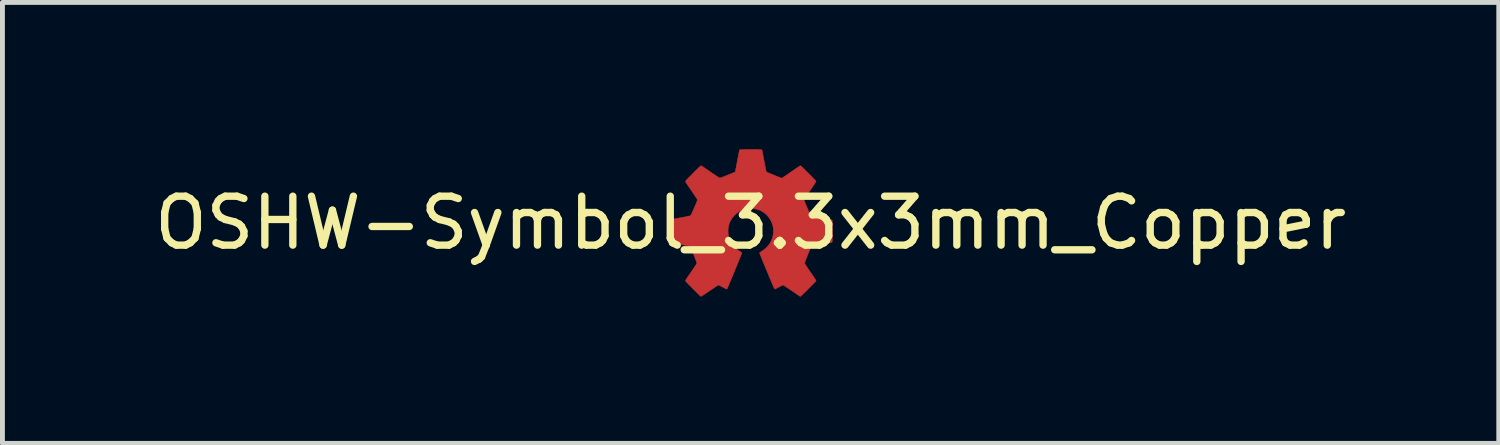
<source format=kicad_pcb>
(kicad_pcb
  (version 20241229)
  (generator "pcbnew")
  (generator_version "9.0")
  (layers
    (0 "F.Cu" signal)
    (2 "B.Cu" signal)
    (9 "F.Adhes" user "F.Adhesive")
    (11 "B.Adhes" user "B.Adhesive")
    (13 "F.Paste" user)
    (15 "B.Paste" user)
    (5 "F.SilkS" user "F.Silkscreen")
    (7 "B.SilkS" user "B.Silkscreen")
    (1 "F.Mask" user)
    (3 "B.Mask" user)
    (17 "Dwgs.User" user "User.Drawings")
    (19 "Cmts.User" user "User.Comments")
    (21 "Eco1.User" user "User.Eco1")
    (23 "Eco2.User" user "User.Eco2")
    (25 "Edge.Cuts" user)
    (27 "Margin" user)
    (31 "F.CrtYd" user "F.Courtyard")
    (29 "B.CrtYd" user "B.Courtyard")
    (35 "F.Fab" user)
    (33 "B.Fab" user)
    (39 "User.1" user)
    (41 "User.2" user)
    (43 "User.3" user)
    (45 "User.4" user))
  (footprint "OSHW-Symbol_3.3x3mm_Copper"
    (layer "F.Cu")
    (at 12.292 1.505)
    (property "Reference" "OSHW-Symbol_3.3x3mm_Copper" (at 0 0 0) (layer "F.SilkS") (effects (font (size 1 1) (thickness 0.15))))
    (attr exclude_from_pos_files exclude_from_bom)
    (fp_poly (pts (xy 0.026 -1.5) (xy 0.061 -1.499) (xy 0.094 -1.499) (xy 0.126 -1.499) (xy 0.154 -1.498) (xy 0.179 -1.498) (xy 0.2 -1.497) (xy 0.215 -1.496) (xy 0.224 -1.495) (xy 0.227 -1.494) (xy 0.228 -1.492) (xy 0.23 -1.487) (xy 0.233 -1.479) (xy 0.235 -1.468) (xy 0.239 -1.453) (xy 0.243 -1.433) (xy 0.248 -1.409) (xy 0.254 -1.379) (xy 0.261 -1.343) (xy 0.269 -1.3) (xy 0.274 -1.272) (xy 0.281 -1.233) (xy 0.288 -1.196) (xy 0.295 -1.162) (xy 0.301 -1.131) (xy 0.306 -1.103) (xy 0.311 -1.081) (xy 0.315 -1.063) (xy 0.317 -1.052) (xy 0.319 -1.047) (xy 0.319 -1.047) (xy 0.324 -1.04) (xy 0.327 -1.037) (xy 0.387 -1.012) (xy 0.441 -0.991) (xy 0.487 -0.972) (xy 0.527 -0.955) (xy 0.561 -0.942) (xy 0.588 -0.931) (xy 0.609 -0.923) (xy 0.623 -0.918) (xy 0.631 -0.915) (xy 0.633 -0.915) (xy 0.635 -0.915) (xy 0.637 -0.915) (xy 0.639 -0.915) (xy 0.642 -0.917) (xy 0.646 -0.919) (xy 0.652 -0.923) (xy 0.66 -0.928) (xy 0.671 -0.935) (xy 0.685 -0.945) (xy 0.703 -0.957) (xy 0.725 -0.971) (xy 0.75 -0.989) (xy 0.781 -1.01) (xy 0.817 -1.035) (xy 0.84 -1.051) (xy 0.871 -1.072) (xy 0.9 -1.092) (xy 0.927 -1.11) (xy 0.951 -1.126) (xy 0.971 -1.14) (xy 0.988 -1.151) (xy 1 -1.159) (xy 1.007 -1.164) (xy 1.008 -1.165) (xy 1.016 -1.167) (xy 1.024 -1.165) (xy 1.026 -1.164) (xy 1.031 -1.16) (xy 1.04 -1.152) (xy 1.053 -1.14) (xy 1.069 -1.123) (xy 1.089 -1.104) (xy 1.112 -1.082) (xy 1.137 -1.057) (xy 1.163 -1.031) (xy 1.186 -1.008) (xy 1.218 -0.976) (xy 1.245 -0.949) (xy 1.268 -0.926) (xy 1.286 -0.907) (xy 1.301 -0.891) (xy 1.313 -0.879) (xy 1.322 -0.869) (xy 1.328 -0.861) (xy 1.332 -0.856) (xy 1.335 -0.852) (xy 1.336 -0.848) (xy 1.336 -0.847) (xy 1.335 -0.843) (xy 1.331 -0.837) (xy 1.325 -0.826) (xy 1.317 -0.813) (xy 1.305 -0.795) (xy 1.291 -0.772) (xy 1.272 -0.746) (xy 1.251 -0.713) (xy 1.225 -0.676) (xy 1.214 -0.66) (xy 1.192 -0.628) (xy 1.171 -0.597) (xy 1.152 -0.569) (xy 1.135 -0.543) (xy 1.12 -0.52) (xy 1.107 -0.502) (xy 1.098 -0.487) (xy 1.092 -0.478) (xy 1.09 -0.474) (xy 1.091 -0.47) (xy 1.092 -0.464) (xy 1.095 -0.453) (xy 1.101 -0.439) (xy 1.108 -0.421) (xy 1.117 -0.397) (xy 1.129 -0.369) (xy 1.144 -0.334) (xy 1.154 -0.311) (xy 1.168 -0.278) (xy 1.182 -0.247) (xy 1.194 -0.22) (xy 1.205 -0.196) (xy 1.214 -0.176) (xy 1.221 -0.161) (xy 1.226 -0.152) (xy 1.228 -0.15) (xy 1.233 -0.146) (xy 1.242 -0.143) (xy 1.256 -0.139) (xy 1.275 -0.135) (xy 1.296 -0.131) (xy 1.356 -0.12) (xy 1.411 -0.11) (xy 1.461 -0.101) (xy 1.507 -0.092) (xy 1.547 -0.085) (xy 1.581 -0.078) (xy 1.61 -0.072) (xy 1.632 -0.068) (xy 1.648 -0.065) (xy 1.657 -0.062) (xy 1.659 -0.062) (xy 1.665 -0.056) (xy 1.667 -0.052) (xy 1.668 -0.048) (xy 1.668 -0.037) (xy 1.669 -0.019) (xy 1.669 0.003) (xy 1.669 0.03) (xy 1.669 0.061) (xy 1.669 0.096) (xy 1.67 0.133) (xy 1.67 0.171) (xy 1.67 0.217) (xy 1.67 0.256) (xy 1.67 0.289) (xy 1.669 0.316) (xy 1.669 0.339) (xy 1.668 0.356) (xy 1.668 0.37) (xy 1.667 0.381) (xy 1.665 0.388) (xy 1.664 0.393) (xy 1.662 0.396) (xy 1.659 0.398) (xy 1.656 0.4) (xy 1.653 0.401) (xy 1.652 0.401) (xy 1.648 0.402) (xy 1.637 0.404) (xy 1.62 0.407) (xy 1.598 0.411) (xy 1.571 0.416) (xy 1.541 0.422) (xy 1.507 0.428) (xy 1.471 0.435) (xy 1.446 0.439) (xy 1.402 0.448) (xy 1.364 0.455) (xy 1.333 0.461) (xy 1.307 0.466) (xy 1.286 0.47) (xy 1.269 0.474) (xy 1.257 0.477) (xy 1.248 0.479) (xy 1.242 0.481) (xy 1.239 0.483) (xy 1.239 0.484) (xy 1.236 0.489) (xy 1.23 0.499) (xy 1.223 0.516) (xy 1.214 0.536) (xy 1.204 0.56) (xy 1.193 0.586) (xy 1.181 0.615) (xy 1.169 0.644) (xy 1.158 0.674) (xy 1.146 0.703) (xy 1.135 0.731) (xy 1.125 0.757) (xy 1.117 0.779) (xy 1.11 0.798) (xy 1.105 0.812) (xy 1.103 0.821) (xy 1.103 0.823) (xy 1.104 0.826) (xy 1.106 0.832) (xy 1.111 0.841) (xy 1.118 0.853) (xy 1.128 0.868) (xy 1.14 0.887) (xy 1.156 0.911) (xy 1.175 0.94) (xy 1.198 0.973) (xy 1.219 1.004) (xy 1.248 1.045) (xy 1.272 1.082) (xy 1.293 1.112) (xy 1.309 1.137) (xy 1.321 1.156) (xy 1.33 1.17) (xy 1.335 1.179) (xy 1.336 1.183) (xy 1.335 1.186) (xy 1.332 1.19) (xy 1.327 1.197) (xy 1.319 1.206) (xy 1.308 1.218) (xy 1.294 1.233) (xy 1.276 1.251) (xy 1.254 1.273) (xy 1.228 1.3) (xy 1.197 1.331) (xy 1.181 1.348) (xy 1.145 1.383) (xy 1.113 1.414) (xy 1.087 1.44) (xy 1.065 1.461) (xy 1.047 1.478) (xy 1.034 1.49) (xy 1.025 1.498) (xy 1.019 1.502) (xy 1.017 1.503) (xy 1.016 1.503) (xy 1.013 1.502) (xy 1.01 1.501) (xy 1.006 1.499) (xy 1 1.495) (xy 0.992 1.49) (xy 0.982 1.483) (xy 0.968 1.474) (xy 0.951 1.463) (xy 0.931 1.449) (xy 0.906 1.432) (xy 0.876 1.411) (xy 0.841 1.388) (xy 0.801 1.36) (xy 0.799 1.359) (xy 0.771 1.34) (xy 0.746 1.323) (xy 0.722 1.307) (xy 0.702 1.294) (xy 0.685 1.283) (xy 0.673 1.275) (xy 0.665 1.271) (xy 0.663 1.27) (xy 0.658 1.272) (xy 0.647 1.277) (xy 0.632 1.284) (xy 0.614 1.293) (xy 0.593 1.304) (xy 0.581 1.31) (xy 0.56 1.322) (xy 0.54 1.332) (xy 0.523 1.341) (xy 0.51 1.347) (xy 0.503 1.351) (xy 0.501 1.352) (xy 0.494 1.351) (xy 0.487 1.348) (xy 0.485 1.343) (xy 0.48 1.333) (xy 0.473 1.317) (xy 0.464 1.296) (xy 0.453 1.27) (xy 0.44 1.241) (xy 0.426 1.207) (xy 0.41 1.171) (xy 0.394 1.132) (xy 0.377 1.092) (xy 0.36 1.05) (xy 0.342 1.007) (xy 0.324 0.964) (xy 0.306 0.921) (xy 0.289 0.879) (xy 0.272 0.839) (xy 0.256 0.8) (xy 0.241 0.763) (xy 0.228 0.73) (xy 0.216 0.7) (xy 0.205 0.674) (xy 0.197 0.652) (xy 0.19 0.636) (xy 0.186 0.625) (xy 0.185 0.62) (xy 0.186 0.613) (xy 0.188 0.608) (xy 0.194 0.602) (xy 0.204 0.595) (xy 0.212 0.59) (xy 0.264 0.555) (xy 0.309 0.518) (xy 0.348 0.479) (xy 0.381 0.438) (xy 0.408 0.394) (xy 0.417 0.377) (xy 0.439 0.326) (xy 0.455 0.272) (xy 0.464 0.217) (xy 0.466 0.161) (xy 0.463 0.105) (xy 0.452 0.051) (xy 0.44 0.014) (xy 0.418 -0.039) (xy 0.389 -0.088) (xy 0.355 -0.133) (xy 0.316 -0.174) (xy 0.272 -0.209) (xy 0.225 -0.239) (xy 0.202 -0.251) (xy 0.148 -0.272) (xy 0.094 -0.286) (xy 0.039 -0.294) (xy -0.015 -0.295) (xy -0.069 -0.29) (xy -0.122 -0.279) (xy -0.173 -0.262) (xy -0.221 -0.239) (xy -0.267 -0.21) (xy -0.31 -0.176) (xy -0.348 -0.137) (xy -0.382 -0.093) (xy -0.411 -0.045) (xy -0.432 -0.000289) (xy -0.446 0.043) (xy -0.456 0.087) (xy -0.461 0.134) (xy -0.462 0.171) (xy -0.46 0.22) (xy -0.454 0.264) (xy -0.443 0.307) (xy -0.427 0.35) (xy -0.415 0.376) (xy -0.39 0.419) (xy -0.361 0.459) (xy -0.327 0.497) (xy -0.287 0.534) (xy -0.241 0.568) (xy -0.209 0.59) (xy -0.196 0.598) (xy -0.187 0.605) (xy -0.183 0.61) (xy -0.182 0.616) (xy -0.182 0.62) (xy -0.183 0.624) (xy -0.187 0.635) (xy -0.193 0.651) (xy -0.202 0.672) (xy -0.212 0.698) (xy -0.224 0.728) (xy -0.238 0.761) (xy -0.252 0.798) (xy -0.268 0.836) (xy -0.285 0.877) (xy -0.302 0.919) (xy -0.32 0.962) (xy -0.337 1.005) (xy -0.355 1.048) (xy -0.373 1.09) (xy -0.389 1.13) (xy -0.406 1.169) (xy -0.421 1.205) (xy -0.435 1.239) (xy -0.447 1.269) (xy -0.458 1.295) (xy -0.468 1.316) (xy -0.475 1.332) (xy -0.48 1.343) (xy -0.482 1.347) (xy -0.482 1.347) (xy -0.488 1.353) (xy -0.491 1.354) (xy -0.495 1.352) (xy -0.505 1.348) (xy -0.519 1.341) (xy -0.537 1.331) (xy -0.557 1.321) (xy -0.574 1.312) (xy -0.596 1.301) (xy -0.616 1.29) (xy -0.634 1.281) (xy -0.647 1.275) (xy -0.657 1.271) (xy -0.66 1.27) (xy -0.664 1.272) (xy -0.674 1.278) (xy -0.688 1.287) (xy -0.707 1.3) (xy -0.729 1.314) (xy -0.755 1.332) (xy -0.783 1.351) (xy -0.814 1.371) (xy -0.836 1.387) (xy -0.872 1.411) (xy -0.904 1.433) (xy -0.933 1.452) (xy -0.958 1.469) (xy -0.979 1.483) (xy -0.996 1.493) (xy -1.007 1.5) (xy -1.013 1.503) (xy -1.013 1.503) (xy -1.017 1.501) (xy -1.023 1.496) (xy -1.033 1.488) (xy -1.046 1.477) (xy -1.062 1.461) (xy -1.083 1.441) (xy -1.108 1.416) (xy -1.137 1.387) (xy -1.171 1.354) (xy -1.177 1.347) (xy -1.21 1.314) (xy -1.238 1.286) (xy -1.262 1.262) (xy -1.282 1.242) (xy -1.297 1.225) (xy -1.31 1.212) (xy -1.319 1.202) (xy -1.326 1.194) (xy -1.33 1.188) (xy -1.332 1.184) (xy -1.332 1.183) (xy -1.33 1.178) (xy -1.326 1.169) (xy -1.317 1.155) (xy -1.305 1.136) (xy -1.29 1.112) (xy -1.27 1.083) (xy -1.247 1.049) (xy -1.219 1.008) (xy -1.216 1.003) (xy -1.189 0.965) (xy -1.167 0.932) (xy -1.149 0.905) (xy -1.133 0.882) (xy -1.121 0.863) (xy -1.112 0.849) (xy -1.106 0.838) (xy -1.101 0.83) (xy -1.099 0.824) (xy -1.099 0.822) (xy -1.1 0.816) (xy -1.104 0.804) (xy -1.11 0.788) (xy -1.118 0.766) (xy -1.127 0.742) (xy -1.138 0.715) (xy -1.149 0.686) (xy -1.161 0.657) (xy -1.173 0.627) (xy -1.185 0.598) (xy -1.196 0.57) (xy -1.207 0.545) (xy -1.216 0.523) (xy -1.224 0.505) (xy -1.23 0.492) (xy -1.234 0.485) (xy -1.235 0.483) (xy -1.238 0.482) (xy -1.243 0.48) (xy -1.251 0.477) (xy -1.262 0.474) (xy -1.277 0.471) (xy -1.297 0.467) (xy -1.321 0.462) (xy -1.351 0.456) (xy -1.386 0.45) (xy -1.428 0.442) (xy -1.447 0.438) (xy -1.494 0.429) (xy -1.534 0.422) (xy -1.568 0.415) (xy -1.595 0.41) (xy -1.618 0.405) (xy -1.635 0.401) (xy -1.647 0.398) (xy -1.655 0.396) (xy -1.659 0.394) (xy -1.659 0.394) (xy -1.66 0.392) (xy -1.662 0.39) (xy -1.663 0.387) (xy -1.664 0.382) (xy -1.664 0.375) (xy -1.665 0.365) (xy -1.665 0.352) (xy -1.666 0.335) (xy -1.666 0.314) (xy -1.666 0.287) (xy -1.666 0.255) (xy -1.666 0.217) (xy -1.666 0.172) (xy -1.666 0.17) (xy -1.666 0.131) (xy -1.666 0.094) (xy -1.666 0.06) (xy -1.665 0.029) (xy -1.665 0.002) (xy -1.665 -0.02) (xy -1.665 -0.037) (xy -1.664 -0.048) (xy -1.664 -0.052) (xy -1.659 -0.059) (xy -1.655 -0.062) (xy -1.651 -0.063) (xy -1.639 -0.065) (xy -1.623 -0.069) (xy -1.6 -0.073) (xy -1.574 -0.078) (xy -1.543 -0.084) (xy -1.509 -0.091) (xy -1.473 -0.098) (xy -1.442 -0.103) (xy -1.394 -0.112) (xy -1.352 -0.12) (xy -1.317 -0.127) (xy -1.289 -0.133) (xy -1.266 -0.138) (xy -1.248 -0.142) (xy -1.236 -0.145) (xy -1.229 -0.147) (xy -1.227 -0.148) (xy -1.223 -0.153) (xy -1.217 -0.164) (xy -1.209 -0.18) (xy -1.2 -0.2) (xy -1.189 -0.224) (xy -1.177 -0.25) (xy -1.165 -0.278) (xy -1.152 -0.307) (xy -1.14 -0.336) (xy -1.128 -0.364) (xy -1.117 -0.391) (xy -1.107 -0.415) (xy -1.099 -0.436) (xy -1.092 -0.453) (xy -1.088 -0.466) (xy -1.087 -0.472) (xy -1.087 -0.473) (xy -1.089 -0.477) (xy -1.095 -0.488) (xy -1.105 -0.503) (xy -1.117 -0.522) (xy -1.133 -0.545) (xy -1.15 -0.571) (xy -1.17 -0.6) (xy -1.191 -0.631) (xy -1.21 -0.66) (xy -1.237 -0.699) (xy -1.261 -0.733) (xy -1.28 -0.762) (xy -1.296 -0.786) (xy -1.309 -0.806) (xy -1.319 -0.821) (xy -1.326 -0.833) (xy -1.33 -0.841) (xy -1.332 -0.846) (xy -1.332 -0.847) (xy -1.331 -0.85) (xy -1.33 -0.854) (xy -1.326 -0.859) (xy -1.321 -0.866) (xy -1.313 -0.874) (xy -1.303 -0.886) (xy -1.289 -0.9) (xy -1.272 -0.918) (xy -1.251 -0.939) (xy -1.226 -0.964) (xy -1.196 -0.994) (xy -1.181 -1.01) (xy -1.153 -1.038) (xy -1.127 -1.064) (xy -1.102 -1.088) (xy -1.08 -1.11) (xy -1.061 -1.128) (xy -1.045 -1.144) (xy -1.032 -1.155) (xy -1.024 -1.163) (xy -1.021 -1.165) (xy -1.012 -1.167) (xy -1.007 -1.166) (xy -1.003 -1.164) (xy -0.994 -1.158) (xy -0.98 -1.148) (xy -0.961 -1.136) (xy -0.939 -1.121) (xy -0.913 -1.103) (xy -0.884 -1.084) (xy -0.853 -1.063) (xy -0.821 -1.04) (xy -0.82 -1.039) (xy -0.784 -1.015) (xy -0.751 -0.993) (xy -0.721 -0.973) (xy -0.695 -0.955) (xy -0.672 -0.94) (xy -0.654 -0.929) (xy -0.64 -0.92) (xy -0.632 -0.916) (xy -0.63 -0.915) (xy -0.625 -0.916) (xy -0.615 -0.92) (xy -0.599 -0.926) (xy -0.579 -0.933) (xy -0.556 -0.942) (xy -0.531 -0.952) (xy -0.504 -0.963) (xy -0.476 -0.974) (xy -0.448 -0.986) (xy -0.421 -0.997) (xy -0.396 -1.007) (xy -0.373 -1.016) (xy -0.353 -1.024) (xy -0.338 -1.031) (xy -0.328 -1.035) (xy -0.326 -1.036) (xy -0.318 -1.042) (xy -0.314 -1.048) (xy -0.313 -1.053) (xy -0.31 -1.064) (xy -0.307 -1.081) (xy -0.303 -1.103) (xy -0.297 -1.13) (xy -0.292 -1.161) (xy -0.285 -1.195) (xy -0.278 -1.231) (xy -0.271 -1.27) (xy -0.27 -1.272) (xy -0.262 -1.318) (xy -0.254 -1.358) (xy -0.248 -1.391) (xy -0.242 -1.419) (xy -0.238 -1.441) (xy -0.234 -1.459) (xy -0.231 -1.473) (xy -0.228 -1.482) (xy -0.226 -1.489) (xy -0.224 -1.493) (xy -0.223 -1.494) (xy -0.218 -1.495) (xy -0.206 -1.496) (xy -0.189 -1.497) (xy -0.167 -1.498) (xy -0.141 -1.498) (xy -0.111 -1.499) (xy -0.079 -1.499) (xy -0.045 -1.499) (xy -0.01 -1.5) (xy 0.026 -1.5)) (stroke (width 0.01) (type solid)) (fill yes) (layer "F.Cu")))
  (gr_rect
    (start -3 -3)
    (end 27.583 6.012)
    (stroke (width 0.1) (type default))
    (fill no)
    (layer "Edge.Cuts")))
</source>
